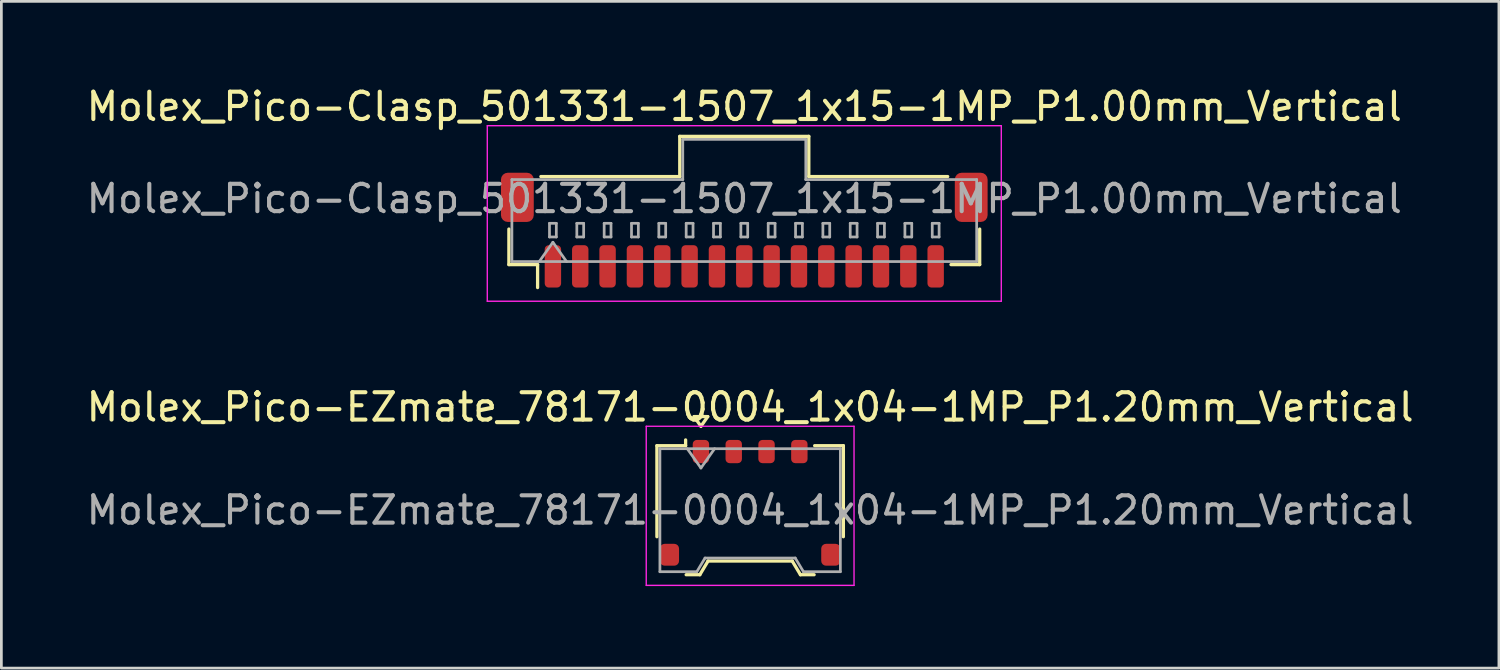
<source format=kicad_pcb>
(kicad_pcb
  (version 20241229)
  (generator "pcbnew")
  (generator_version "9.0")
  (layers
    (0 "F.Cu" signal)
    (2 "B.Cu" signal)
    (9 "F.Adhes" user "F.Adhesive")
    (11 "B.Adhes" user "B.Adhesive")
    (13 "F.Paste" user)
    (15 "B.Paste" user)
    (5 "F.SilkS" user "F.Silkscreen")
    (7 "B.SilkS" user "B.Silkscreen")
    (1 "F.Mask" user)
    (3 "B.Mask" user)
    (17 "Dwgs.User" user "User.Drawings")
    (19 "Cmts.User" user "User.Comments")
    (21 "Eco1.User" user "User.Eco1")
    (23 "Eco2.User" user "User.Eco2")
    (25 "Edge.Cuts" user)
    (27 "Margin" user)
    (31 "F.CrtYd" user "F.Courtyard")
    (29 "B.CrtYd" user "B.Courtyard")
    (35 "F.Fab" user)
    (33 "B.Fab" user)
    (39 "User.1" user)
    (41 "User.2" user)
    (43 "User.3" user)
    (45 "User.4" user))
  (footprint "Molex_Pico-Clasp_501331-1507_1x15-1MP_P1.00mm_Vertical"
    (layer "F.Cu")
    (at 24.173 5.368)
    (property "Reference" "Molex_Pico-Clasp_501331-1507_1x15-1MP_P1.00mm_Vertical" (at 0 -4.52 0) (layer "F.SilkS") (effects (font (size 1 1) (thickness 0.15))))
    (attr smd)
    (fp_line (start -8.61 -0.04) (end -8.61 1.26) (stroke (width 0.12) (type solid)) (layer "F.SilkS"))
    (fp_line (start -8.61 1.26) (end -7.56 1.26) (stroke (width 0.12) (type solid)) (layer "F.SilkS"))
    (fp_line (start -7.56 1.26) (end -7.56 2.1) (stroke (width 0.12) (type solid)) (layer "F.SilkS"))
    (fp_line (start -7.44 -1.96) (end -2.36 -1.96) (stroke (width 0.12) (type solid)) (layer "F.SilkS"))
    (fp_line (start -2.36 -3.43) (end 2.36 -3.43) (stroke (width 0.12) (type solid)) (layer "F.SilkS"))
    (fp_line (start -2.36 -1.96) (end -2.36 -3.43) (stroke (width 0.12) (type solid)) (layer "F.SilkS"))
    (fp_line (start 2.36 -3.43) (end 2.36 -1.96) (stroke (width 0.12) (type solid)) (layer "F.SilkS"))
    (fp_line (start 2.36 -1.96) (end 7.44 -1.96) (stroke (width 0.12) (type solid)) (layer "F.SilkS"))
    (fp_line (start 8.61 -0.04) (end 8.61 1.26) (stroke (width 0.12) (type solid)) (layer "F.SilkS"))
    (fp_line (start 8.61 1.26) (end 7.56 1.26) (stroke (width 0.12) (type solid)) (layer "F.SilkS"))
    (fp_line (start -9.4 -3.82) (end -9.4 2.6) (stroke (width 0.05) (type solid)) (layer "F.CrtYd"))
    (fp_line (start -9.4 2.6) (end 9.4 2.6) (stroke (width 0.05) (type solid)) (layer "F.CrtYd"))
    (fp_line (start 9.4 -3.82) (end -9.4 -3.82) (stroke (width 0.05) (type solid)) (layer "F.CrtYd"))
    (fp_line (start 9.4 2.6) (end 9.4 -3.82) (stroke (width 0.05) (type solid)) (layer "F.CrtYd"))
    (fp_line (start -8.5 -1.85) (end -2.25 -1.85) (stroke (width 0.1) (type solid)) (layer "F.Fab"))
    (fp_line (start -8.5 1.15) (end -8.5 -1.85) (stroke (width 0.1) (type solid)) (layer "F.Fab"))
    (fp_line (start -8.5 1.15) (end 8.5 1.15) (stroke (width 0.1) (type solid)) (layer "F.Fab"))
    (fp_line (start -7.5 1.15) (end -7 0.443) (stroke (width 0.1) (type solid)) (layer "F.Fab"))
    (fp_line (start -7.125 -0.25) (end -7.125 0.25) (stroke (width 0.1) (type solid)) (layer "F.Fab"))
    (fp_line (start -7.125 0.25) (end -6.875 0.25) (stroke (width 0.1) (type solid)) (layer "F.Fab"))
    (fp_line (start -7 0.443) (end -6.5 1.15) (stroke (width 0.1) (type solid)) (layer "F.Fab"))
    (fp_line (start -6.875 -0.25) (end -7.125 -0.25) (stroke (width 0.1) (type solid)) (layer "F.Fab"))
    (fp_line (start -6.875 0.25) (end -6.875 -0.25) (stroke (width 0.1) (type solid)) (layer "F.Fab"))
    (fp_line (start -6.125 -0.25) (end -6.125 0.25) (stroke (width 0.1) (type solid)) (layer "F.Fab"))
    (fp_line (start -6.125 0.25) (end -5.875 0.25) (stroke (width 0.1) (type solid)) (layer "F.Fab"))
    (fp_line (start -5.875 -0.25) (end -6.125 -0.25) (stroke (width 0.1) (type solid)) (layer "F.Fab"))
    (fp_line (start -5.875 0.25) (end -5.875 -0.25) (stroke (width 0.1) (type solid)) (layer "F.Fab"))
    (fp_line (start -5.125 -0.25) (end -5.125 0.25) (stroke (width 0.1) (type solid)) (layer "F.Fab"))
    (fp_line (start -5.125 0.25) (end -4.875 0.25) (stroke (width 0.1) (type solid)) (layer "F.Fab"))
    (fp_line (start -4.875 -0.25) (end -5.125 -0.25) (stroke (width 0.1) (type solid)) (layer "F.Fab"))
    (fp_line (start -4.875 0.25) (end -4.875 -0.25) (stroke (width 0.1) (type solid)) (layer "F.Fab"))
    (fp_line (start -4.125 -0.25) (end -4.125 0.25) (stroke (width 0.1) (type solid)) (layer "F.Fab"))
    (fp_line (start -4.125 0.25) (end -3.875 0.25) (stroke (width 0.1) (type solid)) (layer "F.Fab"))
    (fp_line (start -3.875 -0.25) (end -4.125 -0.25) (stroke (width 0.1) (type solid)) (layer "F.Fab"))
    (fp_line (start -3.875 0.25) (end -3.875 -0.25) (stroke (width 0.1) (type solid)) (layer "F.Fab"))
    (fp_line (start -3.125 -0.25) (end -3.125 0.25) (stroke (width 0.1) (type solid)) (layer "F.Fab"))
    (fp_line (start -3.125 0.25) (end -2.875 0.25) (stroke (width 0.1) (type solid)) (layer "F.Fab"))
    (fp_line (start -2.875 -0.25) (end -3.125 -0.25) (stroke (width 0.1) (type solid)) (layer "F.Fab"))
    (fp_line (start -2.875 0.25) (end -2.875 -0.25) (stroke (width 0.1) (type solid)) (layer "F.Fab"))
    (fp_line (start -2.25 -3.32) (end 2.25 -3.32) (stroke (width 0.1) (type solid)) (layer "F.Fab"))
    (fp_line (start -2.25 -1.85) (end -2.25 -3.32) (stroke (width 0.1) (type solid)) (layer "F.Fab"))
    (fp_line (start -2.125 -0.25) (end -2.125 0.25) (stroke (width 0.1) (type solid)) (layer "F.Fab"))
    (fp_line (start -2.125 0.25) (end -1.875 0.25) (stroke (width 0.1) (type solid)) (layer "F.Fab"))
    (fp_line (start -1.875 -0.25) (end -2.125 -0.25) (stroke (width 0.1) (type solid)) (layer "F.Fab"))
    (fp_line (start -1.875 0.25) (end -1.875 -0.25) (stroke (width 0.1) (type solid)) (layer "F.Fab"))
    (fp_line (start -1.125 -0.25) (end -1.125 0.25) (stroke (width 0.1) (type solid)) (layer "F.Fab"))
    (fp_line (start -1.125 0.25) (end -0.875 0.25) (stroke (width 0.1) (type solid)) (layer "F.Fab"))
    (fp_line (start -0.875 -0.25) (end -1.125 -0.25) (stroke (width 0.1) (type solid)) (layer "F.Fab"))
    (fp_line (start -0.875 0.25) (end -0.875 -0.25) (stroke (width 0.1) (type solid)) (layer "F.Fab"))
    (fp_line (start -0.125 -0.25) (end -0.125 0.25) (stroke (width 0.1) (type solid)) (layer "F.Fab"))
    (fp_line (start -0.125 0.25) (end 0.125 0.25) (stroke (width 0.1) (type solid)) (layer "F.Fab"))
    (fp_line (start 0.125 -0.25) (end -0.125 -0.25) (stroke (width 0.1) (type solid)) (layer "F.Fab"))
    (fp_line (start 0.125 0.25) (end 0.125 -0.25) (stroke (width 0.1) (type solid)) (layer "F.Fab"))
    (fp_line (start 0.875 -0.25) (end 0.875 0.25) (stroke (width 0.1) (type solid)) (layer "F.Fab"))
    (fp_line (start 0.875 0.25) (end 1.125 0.25) (stroke (width 0.1) (type solid)) (layer "F.Fab"))
    (fp_line (start 1.125 -0.25) (end 0.875 -0.25) (stroke (width 0.1) (type solid)) (layer "F.Fab"))
    (fp_line (start 1.125 0.25) (end 1.125 -0.25) (stroke (width 0.1) (type solid)) (layer "F.Fab"))
    (fp_line (start 1.875 -0.25) (end 1.875 0.25) (stroke (width 0.1) (type solid)) (layer "F.Fab"))
    (fp_line (start 1.875 0.25) (end 2.125 0.25) (stroke (width 0.1) (type solid)) (layer "F.Fab"))
    (fp_line (start 2.125 -0.25) (end 1.875 -0.25) (stroke (width 0.1) (type solid)) (layer "F.Fab"))
    (fp_line (start 2.125 0.25) (end 2.125 -0.25) (stroke (width 0.1) (type solid)) (layer "F.Fab"))
    (fp_line (start 2.25 -3.32) (end 2.25 -1.85) (stroke (width 0.1) (type solid)) (layer "F.Fab"))
    (fp_line (start 2.25 -1.85) (end 8.5 -1.85) (stroke (width 0.1) (type solid)) (layer "F.Fab"))
    (fp_line (start 2.875 -0.25) (end 2.875 0.25) (stroke (width 0.1) (type solid)) (layer "F.Fab"))
    (fp_line (start 2.875 0.25) (end 3.125 0.25) (stroke (width 0.1) (type solid)) (layer "F.Fab"))
    (fp_line (start 3.125 -0.25) (end 2.875 -0.25) (stroke (width 0.1) (type solid)) (layer "F.Fab"))
    (fp_line (start 3.125 0.25) (end 3.125 -0.25) (stroke (width 0.1) (type solid)) (layer "F.Fab"))
    (fp_line (start 3.875 -0.25) (end 3.875 0.25) (stroke (width 0.1) (type solid)) (layer "F.Fab"))
    (fp_line (start 3.875 0.25) (end 4.125 0.25) (stroke (width 0.1) (type solid)) (layer "F.Fab"))
    (fp_line (start 4.125 -0.25) (end 3.875 -0.25) (stroke (width 0.1) (type solid)) (layer "F.Fab"))
    (fp_line (start 4.125 0.25) (end 4.125 -0.25) (stroke (width 0.1) (type solid)) (layer "F.Fab"))
    (fp_line (start 4.875 -0.25) (end 4.875 0.25) (stroke (width 0.1) (type solid)) (layer "F.Fab"))
    (fp_line (start 4.875 0.25) (end 5.125 0.25) (stroke (width 0.1) (type solid)) (layer "F.Fab"))
    (fp_line (start 5.125 -0.25) (end 4.875 -0.25) (stroke (width 0.1) (type solid)) (layer "F.Fab"))
    (fp_line (start 5.125 0.25) (end 5.125 -0.25) (stroke (width 0.1) (type solid)) (layer "F.Fab"))
    (fp_line (start 5.875 -0.25) (end 5.875 0.25) (stroke (width 0.1) (type solid)) (layer "F.Fab"))
    (fp_line (start 5.875 0.25) (end 6.125 0.25) (stroke (width 0.1) (type solid)) (layer "F.Fab"))
    (fp_line (start 6.125 -0.25) (end 5.875 -0.25) (stroke (width 0.1) (type solid)) (layer "F.Fab"))
    (fp_line (start 6.125 0.25) (end 6.125 -0.25) (stroke (width 0.1) (type solid)) (layer "F.Fab"))
    (fp_line (start 6.875 -0.25) (end 6.875 0.25) (stroke (width 0.1) (type solid)) (layer "F.Fab"))
    (fp_line (start 6.875 0.25) (end 7.125 0.25) (stroke (width 0.1) (type solid)) (layer "F.Fab"))
    (fp_line (start 7.125 -0.25) (end 6.875 -0.25) (stroke (width 0.1) (type solid)) (layer "F.Fab"))
    (fp_line (start 7.125 0.25) (end 7.125 -0.25) (stroke (width 0.1) (type solid)) (layer "F.Fab"))
    (fp_line (start 8.5 1.15) (end 8.5 -1.85) (stroke (width 0.1) (type solid)) (layer "F.Fab"))
    (fp_text user "${REFERENCE}" (at 0 -1.15 0) (layer "F.Fab") (effects (font (size 1 1) (thickness 0.15))))
    (pad "1" smd roundrect (at -7 1.325) (size 0.6 1.55) (layers "F.Cu" "F.Mask" "F.Paste") (roundrect_rratio 0.25))
    (pad "2" smd roundrect (at -6 1.325) (size 0.6 1.55) (layers "F.Cu" "F.Mask" "F.Paste") (roundrect_rratio 0.25))
    (pad "3" smd roundrect (at -5 1.325) (size 0.6 1.55) (layers "F.Cu" "F.Mask" "F.Paste") (roundrect_rratio 0.25))
    (pad "4" smd roundrect (at -4 1.325) (size 0.6 1.55) (layers "F.Cu" "F.Mask" "F.Paste") (roundrect_rratio 0.25))
    (pad "5" smd roundrect (at -3 1.325) (size 0.6 1.55) (layers "F.Cu" "F.Mask" "F.Paste") (roundrect_rratio 0.25))
    (pad "6" smd roundrect (at -2 1.325) (size 0.6 1.55) (layers "F.Cu" "F.Mask" "F.Paste") (roundrect_rratio 0.25))
    (pad "7" smd roundrect (at -1 1.325) (size 0.6 1.55) (layers "F.Cu" "F.Mask" "F.Paste") (roundrect_rratio 0.25))
    (pad "8" smd roundrect (at 0 1.325) (size 0.6 1.55) (layers "F.Cu" "F.Mask" "F.Paste") (roundrect_rratio 0.25))
    (pad "9" smd roundrect (at 1 1.325) (size 0.6 1.55) (layers "F.Cu" "F.Mask" "F.Paste") (roundrect_rratio 0.25))
    (pad "10" smd roundrect (at 2 1.325) (size 0.6 1.55) (layers "F.Cu" "F.Mask" "F.Paste") (roundrect_rratio 0.25))
    (pad "11" smd roundrect (at 3 1.325) (size 0.6 1.55) (layers "F.Cu" "F.Mask" "F.Paste") (roundrect_rratio 0.25))
    (pad "12" smd roundrect (at 4 1.325) (size 0.6 1.55) (layers "F.Cu" "F.Mask" "F.Paste") (roundrect_rratio 0.25))
    (pad "13" smd roundrect (at 5 1.325) (size 0.6 1.55) (layers "F.Cu" "F.Mask" "F.Paste") (roundrect_rratio 0.25))
    (pad "14" smd roundrect (at 6 1.325) (size 0.6 1.55) (layers "F.Cu" "F.Mask" "F.Paste") (roundrect_rratio 0.25))
    (pad "15" smd roundrect (at 7 1.325) (size 0.6 1.55) (layers "F.Cu" "F.Mask" "F.Paste") (roundrect_rratio 0.25))
    (pad "MP" smd roundrect (at -8.3 -1.2) (size 1.2 1.8) (layers "F.Cu" "F.Mask" "F.Paste") (roundrect_rratio 0.208))
    (pad "MP" smd roundrect (at 8.3 -1.2) (size 1.2 1.8) (layers "F.Cu" "F.Mask" "F.Paste") (roundrect_rratio 0.208)))
  (footprint "Molex_Pico-EZmate_78171-0004_1x04-1MP_P1.20mm_Vertical"
    (layer "F.Cu")
    (at 24.387 15.341)
    (property "Reference" "Molex_Pico-EZmate_78171-0004_1x04-1MP_P1.20mm_Vertical" (at 0 -3.5 0) (layer "F.SilkS") (effects (font (size 1 1) (thickness 0.15))))
    (attr smd)
    (fp_line (start -3.41 -2.09) (end -2.36 -2.09) (stroke (width 0.12) (type solid)) (layer "F.SilkS"))
    (fp_line (start -3.41 1.24) (end -3.41 -2.09) (stroke (width 0.12) (type solid)) (layer "F.SilkS"))
    (fp_line (start -2.36 -2.09) (end -2.36 -2.3) (stroke (width 0.12) (type solid)) (layer "F.SilkS"))
    (fp_line (start -2.34 2.63) (end -1.84 2.63) (stroke (width 0.12) (type solid)) (layer "F.SilkS"))
    (fp_line (start -2.05 -3.154) (end -1.8 -2.8) (stroke (width 0.12) (type solid)) (layer "F.SilkS"))
    (fp_line (start -1.84 2.63) (end -1.54 2.13) (stroke (width 0.12) (type solid)) (layer "F.SilkS"))
    (fp_line (start -1.8 -2.8) (end -1.55 -3.154) (stroke (width 0.12) (type solid)) (layer "F.SilkS"))
    (fp_line (start -1.55 -3.154) (end -2.05 -3.154) (stroke (width 0.12) (type solid)) (layer "F.SilkS"))
    (fp_line (start -1.54 2.13) (end 1.54 2.13) (stroke (width 0.12) (type solid)) (layer "F.SilkS"))
    (fp_line (start 1.54 2.13) (end 1.84 2.63) (stroke (width 0.12) (type solid)) (layer "F.SilkS"))
    (fp_line (start 1.84 2.63) (end 2.34 2.63) (stroke (width 0.12) (type solid)) (layer "F.SilkS"))
    (fp_line (start 3.41 -2.09) (end 2.36 -2.09) (stroke (width 0.12) (type solid)) (layer "F.SilkS"))
    (fp_line (start 3.41 1.24) (end 3.41 -2.09) (stroke (width 0.12) (type solid)) (layer "F.SilkS"))
    (fp_line (start -3.8 -2.8) (end -3.8 3.02) (stroke (width 0.05) (type solid)) (layer "F.CrtYd"))
    (fp_line (start -3.8 3.02) (end 3.8 3.02) (stroke (width 0.05) (type solid)) (layer "F.CrtYd"))
    (fp_line (start 3.8 -2.8) (end -3.8 -2.8) (stroke (width 0.05) (type solid)) (layer "F.CrtYd"))
    (fp_line (start 3.8 3.02) (end 3.8 -2.8) (stroke (width 0.05) (type solid)) (layer "F.CrtYd"))
    (fp_line (start -3.3 -1.98) (end -3.3 2.52) (stroke (width 0.1) (type solid)) (layer "F.Fab"))
    (fp_line (start -3.3 -1.98) (end 3.3 -1.98) (stroke (width 0.1) (type solid)) (layer "F.Fab"))
    (fp_line (start -3.3 2.52) (end -1.95 2.52) (stroke (width 0.1) (type solid)) (layer "F.Fab"))
    (fp_line (start -2.3 -1.98) (end -1.8 -1.273) (stroke (width 0.1) (type solid)) (layer "F.Fab"))
    (fp_line (start -1.95 2.52) (end -1.65 2.02) (stroke (width 0.1) (type solid)) (layer "F.Fab"))
    (fp_line (start -1.8 -1.273) (end -1.3 -1.98) (stroke (width 0.1) (type solid)) (layer "F.Fab"))
    (fp_line (start -1.65 2.02) (end 1.65 2.02) (stroke (width 0.1) (type solid)) (layer "F.Fab"))
    (fp_line (start 1.65 2.02) (end 1.95 2.52) (stroke (width 0.1) (type solid)) (layer "F.Fab"))
    (fp_line (start 1.95 2.52) (end 3.3 2.52) (stroke (width 0.1) (type solid)) (layer "F.Fab"))
    (fp_line (start 3.3 -1.98) (end 3.3 2.52) (stroke (width 0.1) (type solid)) (layer "F.Fab"))
    (fp_text user "${REFERENCE}" (at 0 0.27 0) (layer "F.Fab") (effects (font (size 1 1) (thickness 0.15))))
    (pad "1" smd roundrect (at -1.8 -1.875) (size 0.6 0.85) (layers "F.Cu" "F.Mask" "F.Paste") (roundrect_rratio 0.25))
    (pad "2" smd roundrect (at -0.6 -1.875) (size 0.6 0.85) (layers "F.Cu" "F.Mask" "F.Paste") (roundrect_rratio 0.25))
    (pad "3" smd roundrect (at 0.6 -1.875) (size 0.6 0.85) (layers "F.Cu" "F.Mask" "F.Paste") (roundrect_rratio 0.25))
    (pad "4" smd roundrect (at 1.8 -1.875) (size 0.6 0.85) (layers "F.Cu" "F.Mask" "F.Paste") (roundrect_rratio 0.25))
    (pad "MP" smd roundrect (at -2.95 1.9) (size 0.7 0.8) (layers "F.Cu" "F.Mask" "F.Paste") (roundrect_rratio 0.25))
    (pad "MP" smd roundrect (at 2.95 1.9) (size 0.7 0.8) (layers "F.Cu" "F.Mask" "F.Paste") (roundrect_rratio 0.25)))
  (gr_rect
    (start -3 -3)
    (end 51.774 21.387)
    (stroke (width 0.1) (type default))
    (fill no)
    (layer "Edge.Cuts")))
</source>
